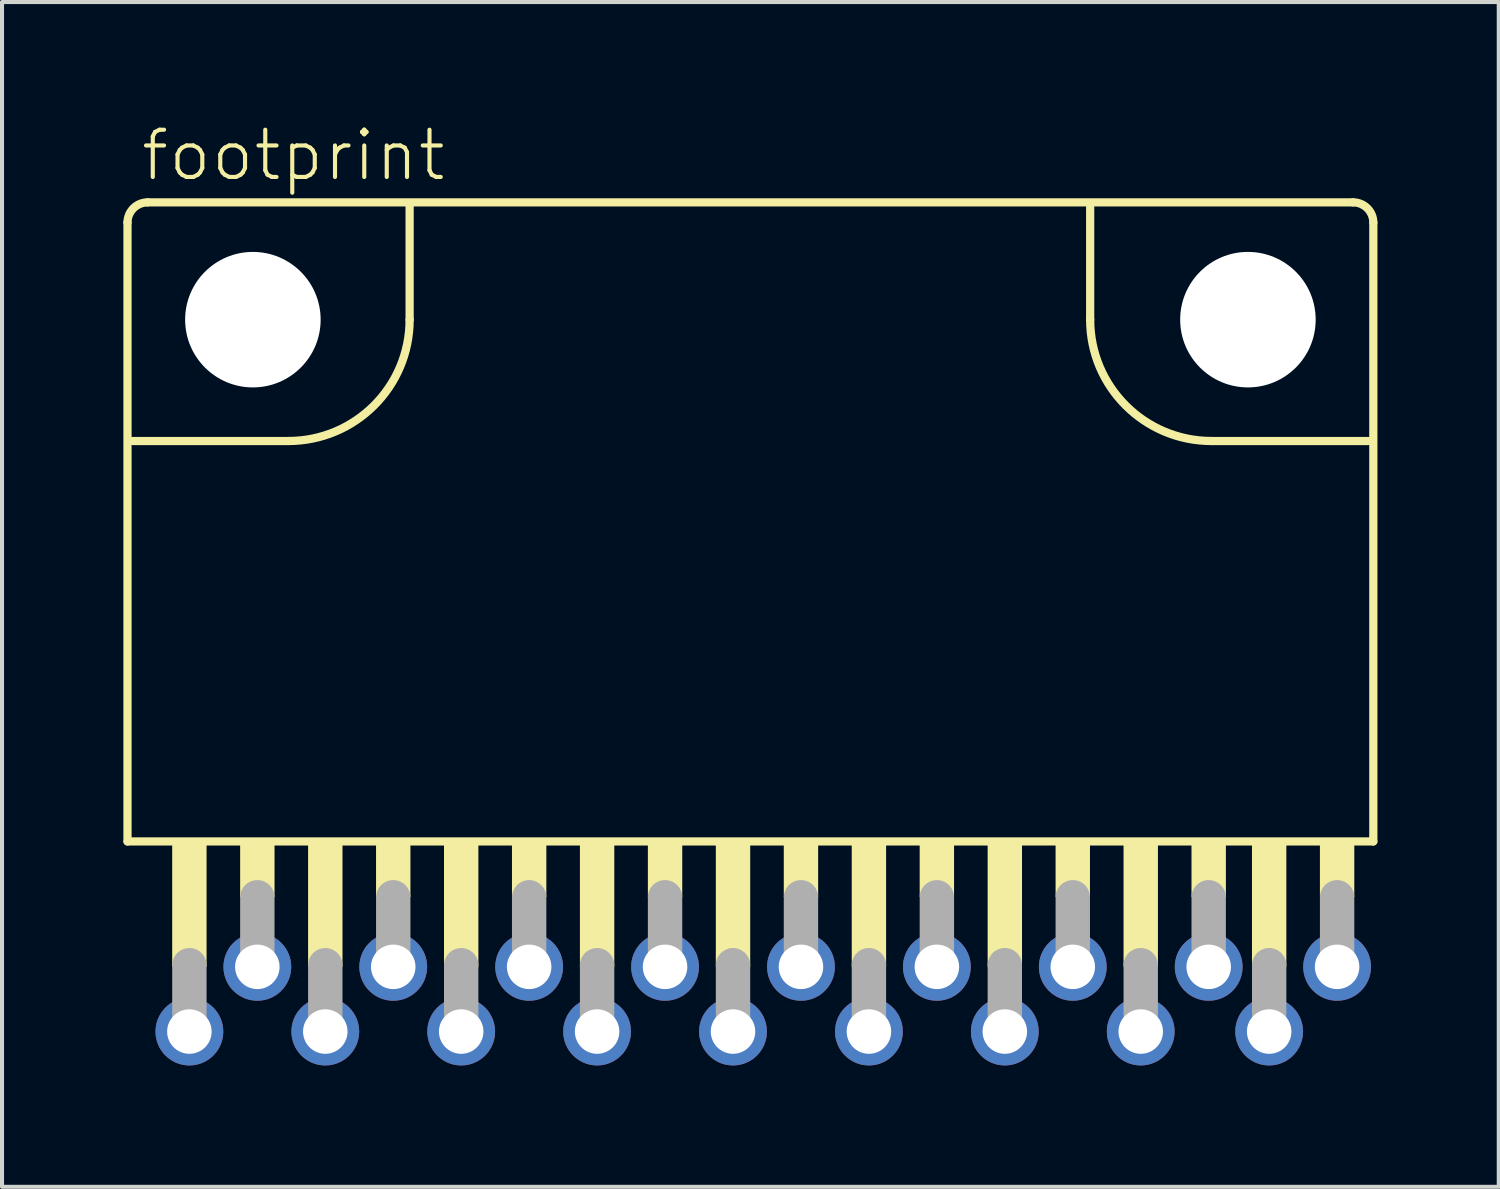
<source format=kicad_pcb>
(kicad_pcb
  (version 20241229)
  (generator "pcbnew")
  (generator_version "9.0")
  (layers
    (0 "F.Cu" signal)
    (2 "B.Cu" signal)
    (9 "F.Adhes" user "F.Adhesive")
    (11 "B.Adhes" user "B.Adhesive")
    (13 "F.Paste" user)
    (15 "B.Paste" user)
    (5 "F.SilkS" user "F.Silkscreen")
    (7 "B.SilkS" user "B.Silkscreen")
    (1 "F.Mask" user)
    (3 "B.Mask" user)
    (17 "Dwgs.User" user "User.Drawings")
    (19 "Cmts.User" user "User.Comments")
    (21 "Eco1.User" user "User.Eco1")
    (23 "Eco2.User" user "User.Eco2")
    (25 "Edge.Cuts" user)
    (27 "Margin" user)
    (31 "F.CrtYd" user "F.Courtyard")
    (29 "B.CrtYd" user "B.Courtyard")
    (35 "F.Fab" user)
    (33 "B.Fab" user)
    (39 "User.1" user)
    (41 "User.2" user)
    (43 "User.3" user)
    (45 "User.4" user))
  (footprint "footprint"
    (layer "F.Cu")
    (at 15.502 4.853)
    (property "Reference" "footprint" (at -15.12 -3.38 0) (layer "F.SilkS") (effects (font (size 1.168 1.168) (thickness 0.102)) (justify left bottom)))
    (fp_line (start -15.4 -2.4) (end -15.4 12.9) (stroke (width 0.203) (type solid)) (layer "F.SilkS"))
    (fp_line (start -15.4 12.9) (end 15.4 12.9) (stroke (width 0.203) (type solid)) (layer "F.SilkS"))
    (fp_line (start -15.275 3) (end -11.425 3) (stroke (width 0.203) (type solid)) (layer "F.SilkS"))
    (fp_line (start -8.425 0) (end -8.425 -2.8) (stroke (width 0.203) (type solid)) (layer "F.SilkS"))
    (fp_line (start 8.4 0) (end 8.4 -2.775) (stroke (width 0.203) (type solid)) (layer "F.SilkS"))
    (fp_line (start 14.9 -2.9) (end -14.9 -2.9) (stroke (width 0.203) (type solid)) (layer "F.SilkS"))
    (fp_line (start 15.275 3) (end 11.4 3) (stroke (width 0.203) (type solid)) (layer "F.SilkS"))
    (fp_line (start 15.4 12.9) (end 15.4 -2.4) (stroke (width 0.203) (type solid)) (layer "F.SilkS"))
    (fp_arc (start -15.4 -2.4) (mid -15.253553 -2.753553) (end -14.9 -2.9) (stroke (width 0.2032) (type solid)) (layer "F.SilkS"))
    (fp_arc (start -8.425 0) (mid -9.30368 2.12132) (end -11.425 3) (stroke (width 0.2032) (type solid)) (layer "F.SilkS"))
    (fp_arc (start 11.4 3) (mid 9.27868 2.12132) (end 8.4 0) (stroke (width 0.2032) (type solid)) (layer "F.SilkS"))
    (fp_arc (start 14.9 -2.9) (mid 15.253553 -2.753553) (end 15.4 -2.4) (stroke (width 0.2032) (type solid)) (layer "F.SilkS"))
    (fp_poly (pts (xy -14.295 16) (xy -13.445 16) (xy -13.445 12.95) (xy -14.295 12.95)) (stroke (width 0) (type solid)) (fill yes) (layer "F.SilkS"))
    (fp_poly (pts (xy -12.615 14.275) (xy -11.765 14.275) (xy -11.765 12.95) (xy -12.615 12.95)) (stroke (width 0) (type solid)) (fill yes) (layer "F.SilkS"))
    (fp_poly (pts (xy -10.935 16) (xy -10.085 16) (xy -10.085 12.95) (xy -10.935 12.95)) (stroke (width 0) (type solid)) (fill yes) (layer "F.SilkS"))
    (fp_poly (pts (xy -9.255 14.275) (xy -8.405 14.275) (xy -8.405 12.95) (xy -9.255 12.95)) (stroke (width 0) (type solid)) (fill yes) (layer "F.SilkS"))
    (fp_poly (pts (xy -7.575 16) (xy -6.725 16) (xy -6.725 12.95) (xy -7.575 12.95)) (stroke (width 0) (type solid)) (fill yes) (layer "F.SilkS"))
    (fp_poly (pts (xy -5.895 14.275) (xy -5.045 14.275) (xy -5.045 12.95) (xy -5.895 12.95)) (stroke (width 0) (type solid)) (fill yes) (layer "F.SilkS"))
    (fp_poly (pts (xy -4.215 16) (xy -3.365 16) (xy -3.365 12.95) (xy -4.215 12.95)) (stroke (width 0) (type solid)) (fill yes) (layer "F.SilkS"))
    (fp_poly (pts (xy -2.535 14.275) (xy -1.685 14.275) (xy -1.685 12.95) (xy -2.535 12.95)) (stroke (width 0) (type solid)) (fill yes) (layer "F.SilkS"))
    (fp_poly (pts (xy -0.855 16) (xy -0.005 16) (xy -0.005 12.95) (xy -0.855 12.95)) (stroke (width 0) (type solid)) (fill yes) (layer "F.SilkS"))
    (fp_poly (pts (xy 0.825 14.275) (xy 1.675 14.275) (xy 1.675 12.95) (xy 0.825 12.95)) (stroke (width 0) (type solid)) (fill yes) (layer "F.SilkS"))
    (fp_poly (pts (xy 2.505 16) (xy 3.355 16) (xy 3.355 12.95) (xy 2.505 12.95)) (stroke (width 0) (type solid)) (fill yes) (layer "F.SilkS"))
    (fp_poly (pts (xy 4.185 14.275) (xy 5.035 14.275) (xy 5.035 12.95) (xy 4.185 12.95)) (stroke (width 0) (type solid)) (fill yes) (layer "F.SilkS"))
    (fp_poly (pts (xy 5.865 16) (xy 6.715 16) (xy 6.715 12.95) (xy 5.865 12.95)) (stroke (width 0) (type solid)) (fill yes) (layer "F.SilkS"))
    (fp_poly (pts (xy 7.545 14.275) (xy 8.395 14.275) (xy 8.395 12.95) (xy 7.545 12.95)) (stroke (width 0) (type solid)) (fill yes) (layer "F.SilkS"))
    (fp_poly (pts (xy 9.225 16) (xy 10.075 16) (xy 10.075 12.95) (xy 9.225 12.95)) (stroke (width 0) (type solid)) (fill yes) (layer "F.SilkS"))
    (fp_poly (pts (xy 10.905 14.275) (xy 11.755 14.275) (xy 11.755 12.95) (xy 10.905 12.95)) (stroke (width 0) (type solid)) (fill yes) (layer "F.SilkS"))
    (fp_poly (pts (xy 12.4 16) (xy 13.25 16) (xy 13.25 12.95) (xy 12.4 12.95)) (stroke (width 0) (type solid)) (fill yes) (layer "F.SilkS"))
    (fp_poly (pts (xy 14.08 14.275) (xy 14.93 14.275) (xy 14.93 12.95) (xy 14.08 12.95)) (stroke (width 0) (type solid)) (fill yes) (layer "F.SilkS"))
    (fp_line (start -13.87 17.64) (end -13.87 15.96) (stroke (width 0.85) (type solid)) (layer "F.Fab"))
    (fp_line (start -12.19 15.96) (end -12.19 14.28) (stroke (width 0.85) (type solid)) (layer "F.Fab"))
    (fp_line (start -10.51 17.64) (end -10.51 15.96) (stroke (width 0.85) (type solid)) (layer "F.Fab"))
    (fp_line (start -8.83 15.96) (end -8.83 14.28) (stroke (width 0.85) (type solid)) (layer "F.Fab"))
    (fp_line (start -7.15 17.64) (end -7.15 15.96) (stroke (width 0.85) (type solid)) (layer "F.Fab"))
    (fp_line (start -5.47 15.96) (end -5.47 14.28) (stroke (width 0.85) (type solid)) (layer "F.Fab"))
    (fp_line (start -3.79 17.64) (end -3.79 15.96) (stroke (width 0.85) (type solid)) (layer "F.Fab"))
    (fp_line (start -2.11 15.96) (end -2.11 14.28) (stroke (width 0.85) (type solid)) (layer "F.Fab"))
    (fp_line (start -0.43 17.64) (end -0.43 15.96) (stroke (width 0.85) (type solid)) (layer "F.Fab"))
    (fp_line (start 1.25 15.96) (end 1.25 14.28) (stroke (width 0.85) (type solid)) (layer "F.Fab"))
    (fp_line (start 2.93 17.64) (end 2.93 15.96) (stroke (width 0.85) (type solid)) (layer "F.Fab"))
    (fp_line (start 4.61 15.96) (end 4.61 14.28) (stroke (width 0.85) (type solid)) (layer "F.Fab"))
    (fp_line (start 6.29 17.64) (end 6.29 15.96) (stroke (width 0.85) (type solid)) (layer "F.Fab"))
    (fp_line (start 7.97 15.96) (end 7.97 14.28) (stroke (width 0.85) (type solid)) (layer "F.Fab"))
    (fp_line (start 9.65 17.64) (end 9.65 15.96) (stroke (width 0.85) (type solid)) (layer "F.Fab"))
    (fp_line (start 11.33 15.96) (end 11.33 14.28) (stroke (width 0.85) (type solid)) (layer "F.Fab"))
    (fp_line (start 12.825 17.64) (end 12.825 15.96) (stroke (width 0.85) (type solid)) (layer "F.Fab"))
    (fp_line (start 14.505 15.96) (end 14.505 14.28) (stroke (width 0.85) (type solid)) (layer "F.Fab"))
    (pad "" np_thru_hole circle (at -12.3 0) (size 3.35 3.35) (drill 3.35) (layers "*.Cu" "*.Mask"))
    (pad "" np_thru_hole circle (at 12.3 0) (size 3.35 3.35) (drill 3.35) (layers "*.Cu" "*.Mask"))
    (pad "1" thru_hole circle (at -13.87 17.6) (size 1.676 1.676) (drill 1.1) (layers "*.Cu" "*.Mask"))
    (pad "2" thru_hole circle (at -12.19 16) (size 1.676 1.676) (drill 1.1) (layers "*.Cu" "*.Mask"))
    (pad "3" thru_hole circle (at -10.51 17.6) (size 1.676 1.676) (drill 1.1) (layers "*.Cu" "*.Mask"))
    (pad "4" thru_hole circle (at -8.83 16) (size 1.676 1.676) (drill 1.1) (layers "*.Cu" "*.Mask"))
    (pad "5" thru_hole circle (at -7.15 17.6) (size 1.676 1.676) (drill 1.1) (layers "*.Cu" "*.Mask"))
    (pad "6" thru_hole circle (at -5.47 16) (size 1.676 1.676) (drill 1.1) (layers "*.Cu" "*.Mask"))
    (pad "7" thru_hole circle (at -3.79 17.6) (size 1.676 1.676) (drill 1.1) (layers "*.Cu" "*.Mask"))
    (pad "8" thru_hole circle (at -2.11 16) (size 1.676 1.676) (drill 1.1) (layers "*.Cu" "*.Mask"))
    (pad "9" thru_hole circle (at -0.43 17.6) (size 1.676 1.676) (drill 1.1) (layers "*.Cu" "*.Mask"))
    (pad "10" thru_hole circle (at 1.25 16) (size 1.676 1.676) (drill 1.1) (layers "*.Cu" "*.Mask"))
    (pad "11" thru_hole circle (at 2.93 17.6) (size 1.676 1.676) (drill 1.1) (layers "*.Cu" "*.Mask"))
    (pad "12" thru_hole circle (at 4.61 16) (size 1.676 1.676) (drill 1.1) (layers "*.Cu" "*.Mask"))
    (pad "13" thru_hole circle (at 6.29 17.6) (size 1.676 1.676) (drill 1.1) (layers "*.Cu" "*.Mask"))
    (pad "14" thru_hole circle (at 7.97 16) (size 1.676 1.676) (drill 1.1) (layers "*.Cu" "*.Mask"))
    (pad "15" thru_hole circle (at 9.65 17.6) (size 1.676 1.676) (drill 1.1) (layers "*.Cu" "*.Mask"))
    (pad "16" thru_hole circle (at 11.33 16) (size 1.676 1.676) (drill 1.1) (layers "*.Cu" "*.Mask"))
    (pad "17" thru_hole circle (at 12.825 17.6) (size 1.676 1.676) (drill 1.1) (layers "*.Cu" "*.Mask"))
    (pad "18" thru_hole circle (at 14.505 16) (size 1.676 1.676) (drill 1.1) (layers "*.Cu" "*.Mask")))
  (gr_rect
    (start -3 -3)
    (end 34.003 26.291)
    (stroke (width 0.1) (type default))
    (fill no)
    (layer "Edge.Cuts")))
</source>
